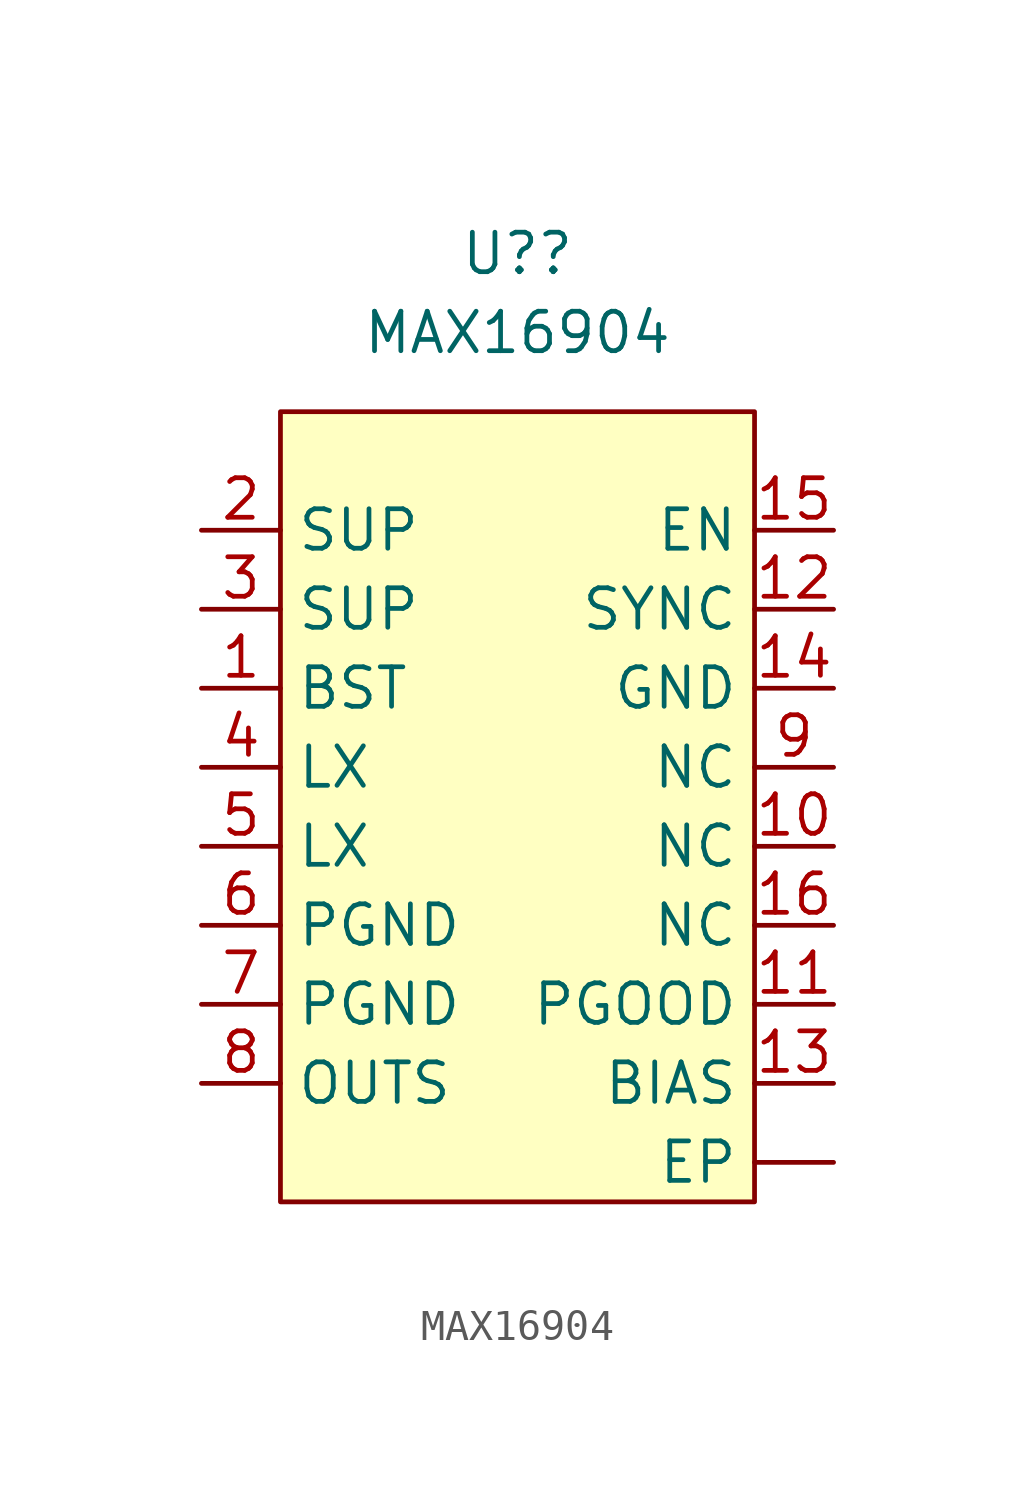
<source format=kicad_sym>
(kicad_symbol_lib
  (version 20220914)
  (generator kicad_symbol_editor)
  (symbol "MAX16904"
    (property "Reference" "U?"
      (at 0 8.89 0)
      (effects (font (size 1.27 1.27))))
    (property "Value" "MAX16904"
      (at 0 6.35 0)
      (effects (font (size 1.27 1.27))))
    (symbol "MAX16904_0_1"
      (rectangle (start -7.62 3.81) (end 7.62 -21.59) (stroke (width 0) (type default)) (fill (type background))))
    (symbol "MAX16904_1_1"
      (pin unspecified line (at 10.16 -20.32 180) (length 2.54) (name "EP" (effects (font (size 1.27 1.27)))) (number "" (effects (font (size 1.27 1.27)))))
      (pin unspecified line (at -10.16 -5.08 0) (length 2.54) (name "BST" (effects (font (size 1.27 1.27)))) (number "1" (effects (font (size 1.27 1.27)))))
      (pin unspecified line (at 10.16 -10.16 180) (length 2.54) (name "NC" (effects (font (size 1.27 1.27)))) (number "10" (effects (font (size 1.27 1.27)))))
      (pin unspecified line (at 10.16 -15.24 180) (length 2.54) (name "PGOOD" (effects (font (size 1.27 1.27)))) (number "11" (effects (font (size 1.27 1.27)))))
      (pin unspecified line (at 10.16 -2.54 180) (length 2.54) (name "SYNC" (effects (font (size 1.27 1.27)))) (number "12" (effects (font (size 1.27 1.27)))))
      (pin unspecified line (at 10.16 -17.78 180) (length 2.54) (name "BIAS" (effects (font (size 1.27 1.27)))) (number "13" (effects (font (size 1.27 1.27)))))
      (pin unspecified line (at 10.16 -5.08 180) (length 2.54) (name "GND" (effects (font (size 1.27 1.27)))) (number "14" (effects (font (size 1.27 1.27)))))
      (pin unspecified line (at 10.16 0 180) (length 2.54) (name "EN" (effects (font (size 1.27 1.27)))) (number "15" (effects (font (size 1.27 1.27)))))
      (pin unspecified line (at 10.16 -12.7 180) (length 2.54) (name "NC" (effects (font (size 1.27 1.27)))) (number "16" (effects (font (size 1.27 1.27)))))
      (pin unspecified line (at -10.16 0 0) (length 2.54) (name "SUP" (effects (font (size 1.27 1.27)))) (number "2" (effects (font (size 1.27 1.27)))))
      (pin unspecified line (at -10.16 -2.54 0) (length 2.54) (name "SUP" (effects (font (size 1.27 1.27)))) (number "3" (effects (font (size 1.27 1.27)))))
      (pin unspecified line (at -10.16 -7.62 0) (length 2.54) (name "LX" (effects (font (size 1.27 1.27)))) (number "4" (effects (font (size 1.27 1.27)))))
      (pin unspecified line (at -10.16 -10.16 0) (length 2.54) (name "LX" (effects (font (size 1.27 1.27)))) (number "5" (effects (font (size 1.27 1.27)))))
      (pin unspecified line (at -10.16 -12.7 0) (length 2.54) (name "PGND" (effects (font (size 1.27 1.27)))) (number "6" (effects (font (size 1.27 1.27)))))
      (pin unspecified line (at -10.16 -15.24 0) (length 2.54) (name "PGND" (effects (font (size 1.27 1.27)))) (number "7" (effects (font (size 1.27 1.27)))))
      (pin unspecified line (at -10.16 -17.78 0) (length 2.54) (name "OUTS" (effects (font (size 1.27 1.27)))) (number "8" (effects (font (size 1.27 1.27)))))
      (pin unspecified line (at 10.16 -7.62 180) (length 2.54) (name "NC" (effects (font (size 1.27 1.27)))) (number "9" (effects (font (size 1.27 1.27))))))))
</source>
